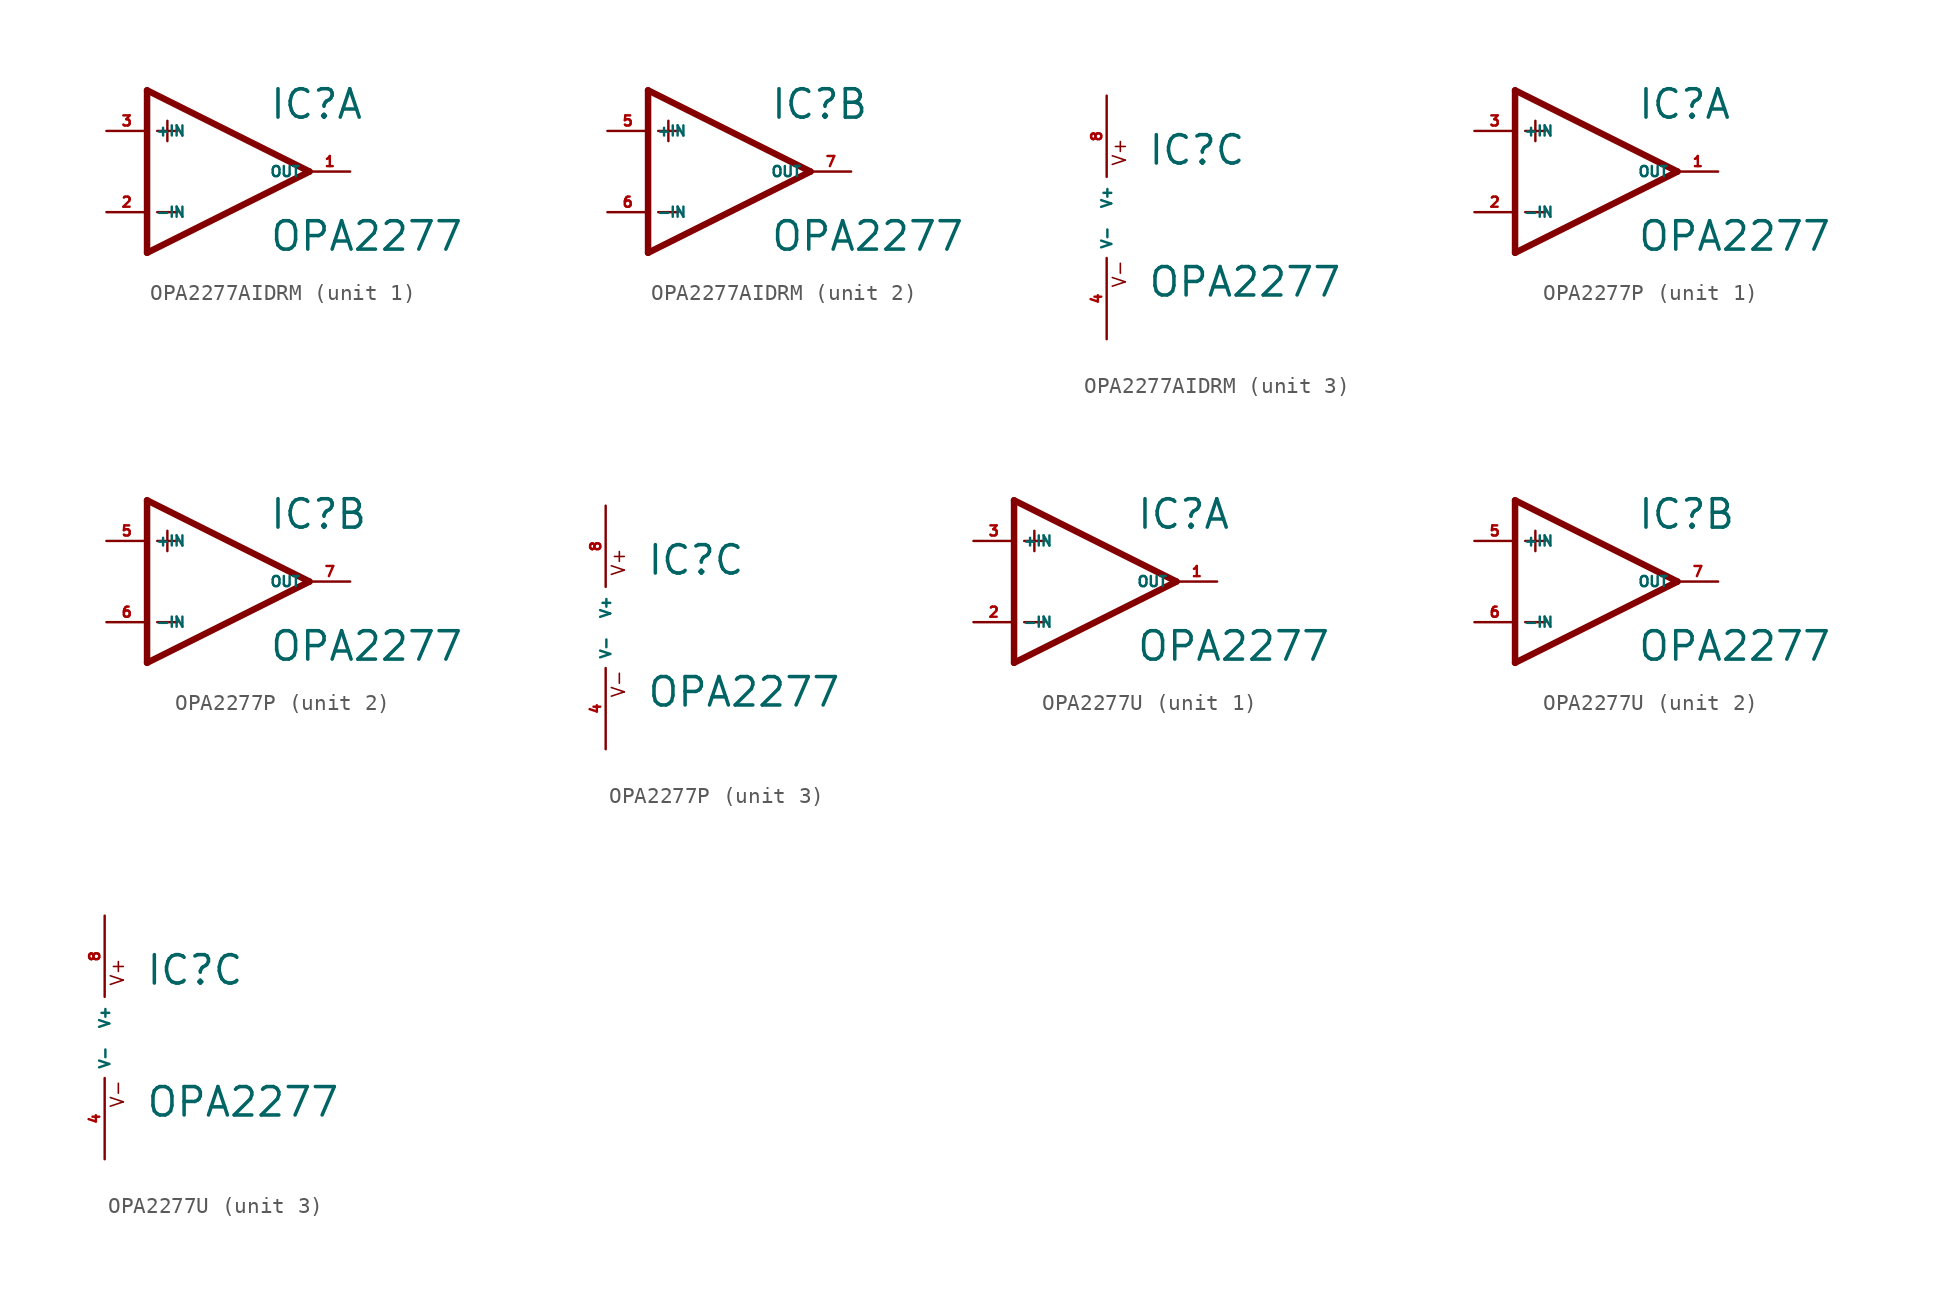
<source format=kicad_sym>
(kicad_symbol_lib
  (version 20220914)
  (generator Eagle2Kicad)
  (symbol "OPA2277AIDRM"
    (property "Reference" "IC"
      (at 2.54 3.175 0)
      (effects (font (size 1.778 1.778) (thickness 0.22)) (justify left bottom)))
    (property "Value" "OPA2277"
      (at 2.54 -5.08 0)
      (effects (font (size 1.778 1.778) (thickness 0.22)) (justify left bottom)))
    (symbol "OPA2277AIDRM_1_0"
      (polyline (pts (xy -5.08 5.08) (xy -5.08 -5.08)) (stroke (width 0.406) (type default)) (fill (type none)))
      (polyline (pts (xy -5.08 -5.08) (xy 5.08 0)) (stroke (width 0.406) (type default)) (fill (type none)))
      (polyline (pts (xy 5.08 0) (xy -5.08 5.08)) (stroke (width 0.406) (type default)) (fill (type none)))
      (polyline (pts (xy -3.81 3.175) (xy -3.81 1.905)) (stroke (width 0.152) (type default)) (fill (type none)))
      (polyline (pts (xy -4.445 2.54) (xy -3.175 2.54)) (stroke (width 0.152) (type default)) (fill (type none)))
      (polyline (pts (xy -4.445 -2.54) (xy -3.175 -2.54)) (stroke (width 0.152) (type default)) (fill (type none)))
      (pin input line (at -7.62 -2.54 0) (length 2.54) (name "-IN" (effects (font (size 0.635 0.635) (thickness 0.08)) (justify left bottom))) (number "2" (effects (font (size 0.635 0.635) (thickness 0.08)) (justify left bottom))))
      (pin input line (at -7.62 2.54 0) (length 2.54) (name "+IN" (effects (font (size 0.635 0.635) (thickness 0.08)) (justify left bottom))) (number "3" (effects (font (size 0.635 0.635) (thickness 0.08)) (justify left bottom))))
      (pin output line (at 7.62 0 180) (length 2.54) (name "OUT" (effects (font (size 0.635 0.635) (thickness 0.08)) (justify left bottom))) (number "1" (effects (font (size 0.635 0.635) (thickness 0.08)) (justify left bottom)))))
    (symbol "OPA2277AIDRM_2_0"
      (polyline (pts (xy -5.08 5.08) (xy -5.08 -5.08)) (stroke (width 0.406) (type default)) (fill (type none)))
      (polyline (pts (xy -5.08 -5.08) (xy 5.08 0)) (stroke (width 0.406) (type default)) (fill (type none)))
      (polyline (pts (xy 5.08 0) (xy -5.08 5.08)) (stroke (width 0.406) (type default)) (fill (type none)))
      (polyline (pts (xy -3.81 3.175) (xy -3.81 1.905)) (stroke (width 0.152) (type default)) (fill (type none)))
      (polyline (pts (xy -4.445 2.54) (xy -3.175 2.54)) (stroke (width 0.152) (type default)) (fill (type none)))
      (polyline (pts (xy -4.445 -2.54) (xy -3.175 -2.54)) (stroke (width 0.152) (type default)) (fill (type none)))
      (pin input line (at -7.62 -2.54 0) (length 2.54) (name "-IN" (effects (font (size 0.635 0.635) (thickness 0.08)) (justify left bottom))) (number "6" (effects (font (size 0.635 0.635) (thickness 0.08)) (justify left bottom))))
      (pin input line (at -7.62 2.54 0) (length 2.54) (name "+IN" (effects (font (size 0.635 0.635) (thickness 0.08)) (justify left bottom))) (number "5" (effects (font (size 0.635 0.635) (thickness 0.08)) (justify left bottom))))
      (pin output line (at 7.62 0 180) (length 2.54) (name "OUT" (effects (font (size 0.635 0.635) (thickness 0.08)) (justify left bottom))) (number "7" (effects (font (size 0.635 0.635) (thickness 0.08)) (justify left bottom)))))
    (symbol "OPA2277AIDRM_3_0"
      (text "V+" (at 1.27 3.175 900) (effects (font (size 0.813 0.813) (thickness 0.10)) (justify left bottom)))
      (text "V-" (at 1.27 -4.445 900) (effects (font (size 0.813 0.813) (thickness 0.10)) (justify left bottom)))
      (pin unspecified line (at 0 7.62 270) (length 5.08) (name "V+" (effects (font (size 0.635 0.635) (thickness 0.08)) (justify left bottom))) (number "8" (effects (font (size 0.635 0.635) (thickness 0.08)) (justify left bottom))))
      (pin unspecified line (at 0 -7.62 90) (length 5.08) (name "V-" (effects (font (size 0.635 0.635) (thickness 0.08)) (justify left bottom))) (number "4" (effects (font (size 0.635 0.635) (thickness 0.08)) (justify left bottom))))))
  (symbol "OPA2277P"
    (property "Reference" "IC"
      (at 2.54 3.175 0)
      (effects (font (size 1.778 1.778) (thickness 0.22)) (justify left bottom)))
    (property "Value" "OPA2277"
      (at 2.54 -5.08 0)
      (effects (font (size 1.778 1.778) (thickness 0.22)) (justify left bottom)))
    (symbol "OPA2277P_1_0"
      (polyline (pts (xy -5.08 5.08) (xy -5.08 -5.08)) (stroke (width 0.406) (type default)) (fill (type none)))
      (polyline (pts (xy -5.08 -5.08) (xy 5.08 0)) (stroke (width 0.406) (type default)) (fill (type none)))
      (polyline (pts (xy 5.08 0) (xy -5.08 5.08)) (stroke (width 0.406) (type default)) (fill (type none)))
      (polyline (pts (xy -3.81 3.175) (xy -3.81 1.905)) (stroke (width 0.152) (type default)) (fill (type none)))
      (polyline (pts (xy -4.445 2.54) (xy -3.175 2.54)) (stroke (width 0.152) (type default)) (fill (type none)))
      (polyline (pts (xy -4.445 -2.54) (xy -3.175 -2.54)) (stroke (width 0.152) (type default)) (fill (type none)))
      (pin input line (at -7.62 -2.54 0) (length 2.54) (name "-IN" (effects (font (size 0.635 0.635) (thickness 0.08)) (justify left bottom))) (number "2" (effects (font (size 0.635 0.635) (thickness 0.08)) (justify left bottom))))
      (pin input line (at -7.62 2.54 0) (length 2.54) (name "+IN" (effects (font (size 0.635 0.635) (thickness 0.08)) (justify left bottom))) (number "3" (effects (font (size 0.635 0.635) (thickness 0.08)) (justify left bottom))))
      (pin output line (at 7.62 0 180) (length 2.54) (name "OUT" (effects (font (size 0.635 0.635) (thickness 0.08)) (justify left bottom))) (number "1" (effects (font (size 0.635 0.635) (thickness 0.08)) (justify left bottom)))))
    (symbol "OPA2277P_2_0"
      (polyline (pts (xy -5.08 5.08) (xy -5.08 -5.08)) (stroke (width 0.406) (type default)) (fill (type none)))
      (polyline (pts (xy -5.08 -5.08) (xy 5.08 0)) (stroke (width 0.406) (type default)) (fill (type none)))
      (polyline (pts (xy 5.08 0) (xy -5.08 5.08)) (stroke (width 0.406) (type default)) (fill (type none)))
      (polyline (pts (xy -3.81 3.175) (xy -3.81 1.905)) (stroke (width 0.152) (type default)) (fill (type none)))
      (polyline (pts (xy -4.445 2.54) (xy -3.175 2.54)) (stroke (width 0.152) (type default)) (fill (type none)))
      (polyline (pts (xy -4.445 -2.54) (xy -3.175 -2.54)) (stroke (width 0.152) (type default)) (fill (type none)))
      (pin input line (at -7.62 -2.54 0) (length 2.54) (name "-IN" (effects (font (size 0.635 0.635) (thickness 0.08)) (justify left bottom))) (number "6" (effects (font (size 0.635 0.635) (thickness 0.08)) (justify left bottom))))
      (pin input line (at -7.62 2.54 0) (length 2.54) (name "+IN" (effects (font (size 0.635 0.635) (thickness 0.08)) (justify left bottom))) (number "5" (effects (font (size 0.635 0.635) (thickness 0.08)) (justify left bottom))))
      (pin output line (at 7.62 0 180) (length 2.54) (name "OUT" (effects (font (size 0.635 0.635) (thickness 0.08)) (justify left bottom))) (number "7" (effects (font (size 0.635 0.635) (thickness 0.08)) (justify left bottom)))))
    (symbol "OPA2277P_3_0"
      (text "V+" (at 1.27 3.175 900) (effects (font (size 0.813 0.813) (thickness 0.10)) (justify left bottom)))
      (text "V-" (at 1.27 -4.445 900) (effects (font (size 0.813 0.813) (thickness 0.10)) (justify left bottom)))
      (pin unspecified line (at 0 7.62 270) (length 5.08) (name "V+" (effects (font (size 0.635 0.635) (thickness 0.08)) (justify left bottom))) (number "8" (effects (font (size 0.635 0.635) (thickness 0.08)) (justify left bottom))))
      (pin unspecified line (at 0 -7.62 90) (length 5.08) (name "V-" (effects (font (size 0.635 0.635) (thickness 0.08)) (justify left bottom))) (number "4" (effects (font (size 0.635 0.635) (thickness 0.08)) (justify left bottom))))))
  (symbol "OPA2277U"
    (property "Reference" "IC"
      (at 2.54 3.175 0)
      (effects (font (size 1.778 1.778) (thickness 0.22)) (justify left bottom)))
    (property "Value" "OPA2277"
      (at 2.54 -5.08 0)
      (effects (font (size 1.778 1.778) (thickness 0.22)) (justify left bottom)))
    (symbol "OPA2277U_1_0"
      (polyline (pts (xy -5.08 5.08) (xy -5.08 -5.08)) (stroke (width 0.406) (type default)) (fill (type none)))
      (polyline (pts (xy -5.08 -5.08) (xy 5.08 0)) (stroke (width 0.406) (type default)) (fill (type none)))
      (polyline (pts (xy 5.08 0) (xy -5.08 5.08)) (stroke (width 0.406) (type default)) (fill (type none)))
      (polyline (pts (xy -3.81 3.175) (xy -3.81 1.905)) (stroke (width 0.152) (type default)) (fill (type none)))
      (polyline (pts (xy -4.445 2.54) (xy -3.175 2.54)) (stroke (width 0.152) (type default)) (fill (type none)))
      (polyline (pts (xy -4.445 -2.54) (xy -3.175 -2.54)) (stroke (width 0.152) (type default)) (fill (type none)))
      (pin input line (at -7.62 -2.54 0) (length 2.54) (name "-IN" (effects (font (size 0.635 0.635) (thickness 0.08)) (justify left bottom))) (number "2" (effects (font (size 0.635 0.635) (thickness 0.08)) (justify left bottom))))
      (pin input line (at -7.62 2.54 0) (length 2.54) (name "+IN" (effects (font (size 0.635 0.635) (thickness 0.08)) (justify left bottom))) (number "3" (effects (font (size 0.635 0.635) (thickness 0.08)) (justify left bottom))))
      (pin output line (at 7.62 0 180) (length 2.54) (name "OUT" (effects (font (size 0.635 0.635) (thickness 0.08)) (justify left bottom))) (number "1" (effects (font (size 0.635 0.635) (thickness 0.08)) (justify left bottom)))))
    (symbol "OPA2277U_2_0"
      (polyline (pts (xy -5.08 5.08) (xy -5.08 -5.08)) (stroke (width 0.406) (type default)) (fill (type none)))
      (polyline (pts (xy -5.08 -5.08) (xy 5.08 0)) (stroke (width 0.406) (type default)) (fill (type none)))
      (polyline (pts (xy 5.08 0) (xy -5.08 5.08)) (stroke (width 0.406) (type default)) (fill (type none)))
      (polyline (pts (xy -3.81 3.175) (xy -3.81 1.905)) (stroke (width 0.152) (type default)) (fill (type none)))
      (polyline (pts (xy -4.445 2.54) (xy -3.175 2.54)) (stroke (width 0.152) (type default)) (fill (type none)))
      (polyline (pts (xy -4.445 -2.54) (xy -3.175 -2.54)) (stroke (width 0.152) (type default)) (fill (type none)))
      (pin input line (at -7.62 -2.54 0) (length 2.54) (name "-IN" (effects (font (size 0.635 0.635) (thickness 0.08)) (justify left bottom))) (number "6" (effects (font (size 0.635 0.635) (thickness 0.08)) (justify left bottom))))
      (pin input line (at -7.62 2.54 0) (length 2.54) (name "+IN" (effects (font (size 0.635 0.635) (thickness 0.08)) (justify left bottom))) (number "5" (effects (font (size 0.635 0.635) (thickness 0.08)) (justify left bottom))))
      (pin output line (at 7.62 0 180) (length 2.54) (name "OUT" (effects (font (size 0.635 0.635) (thickness 0.08)) (justify left bottom))) (number "7" (effects (font (size 0.635 0.635) (thickness 0.08)) (justify left bottom)))))
    (symbol "OPA2277U_3_0"
      (text "V+" (at 1.27 3.175 900) (effects (font (size 0.813 0.813) (thickness 0.10)) (justify left bottom)))
      (text "V-" (at 1.27 -4.445 900) (effects (font (size 0.813 0.813) (thickness 0.10)) (justify left bottom)))
      (pin unspecified line (at 0 7.62 270) (length 5.08) (name "V+" (effects (font (size 0.635 0.635) (thickness 0.08)) (justify left bottom))) (number "8" (effects (font (size 0.635 0.635) (thickness 0.08)) (justify left bottom))))
      (pin unspecified line (at 0 -7.62 90) (length 5.08) (name "V-" (effects (font (size 0.635 0.635) (thickness 0.08)) (justify left bottom))) (number "4" (effects (font (size 0.635 0.635) (thickness 0.08)) (justify left bottom)))))))
</source>
